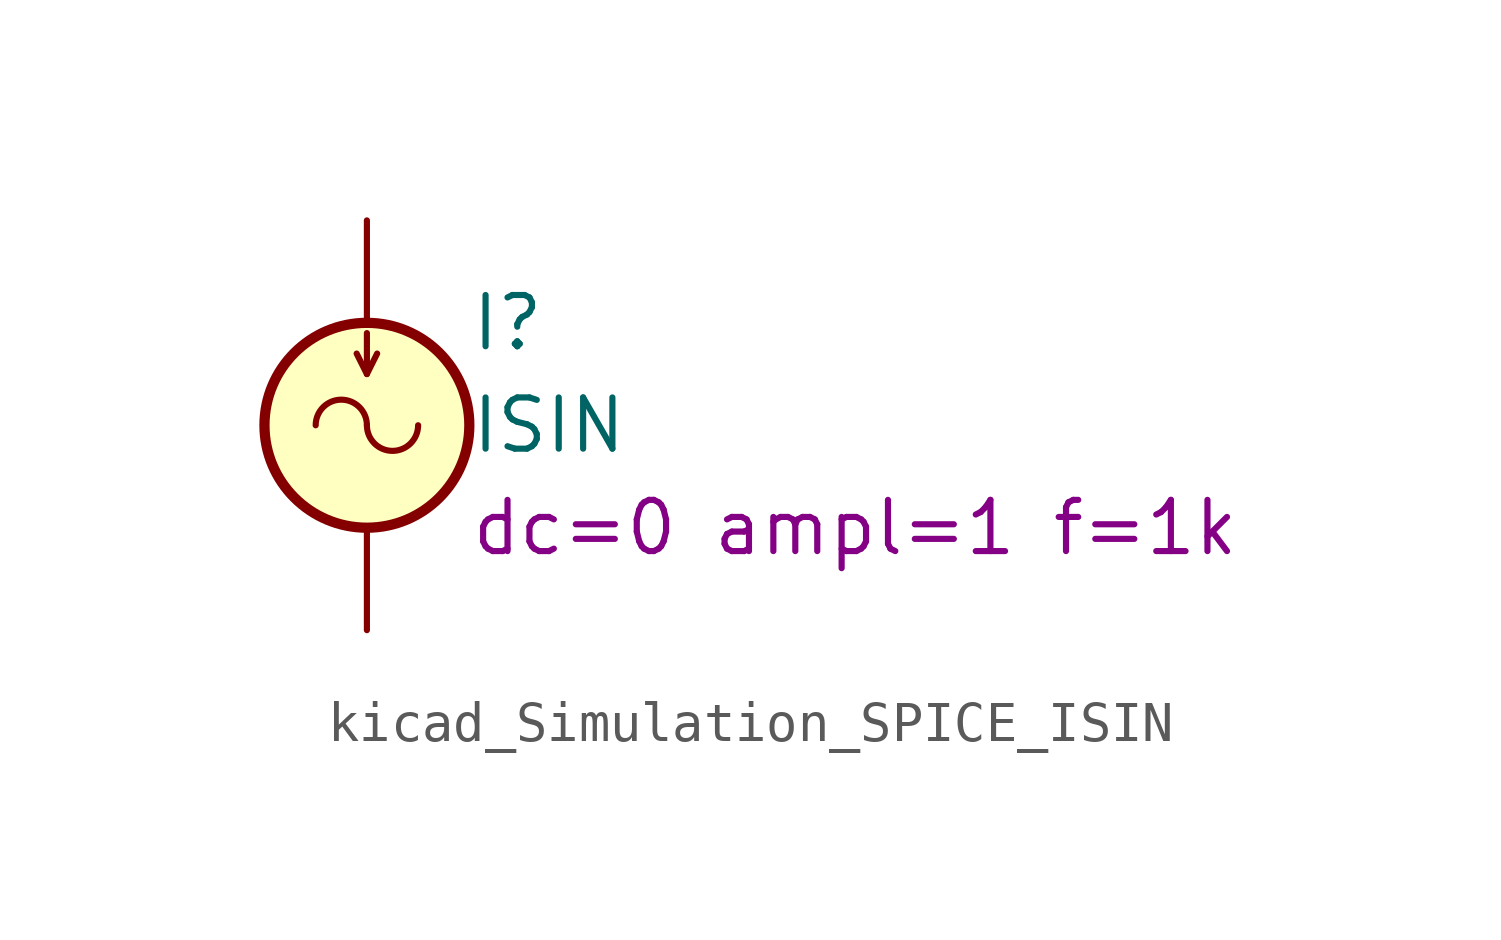
<source format=kicad_sym>
(kicad_symbol_lib
  (version 20220914)
  (generator kicad_symbol_editor)
  (symbol "kicad_Simulation_SPICE_ISIN"
    (pin_numbers hide)
    (pin_names
      (offset 0.025))
    (property "Reference" "I"
      (at 2.54 2.54 0)
      (effects (font (size 1.27 1.27)) (justify left)))
    (property "Value" "ISIN"
      (at 2.54 0 0)
      (effects (font (size 1.27 1.27)) (justify left)))
    (property "Sim.Params" "dc=0 ampl=1 f=1k"
      (at 2.54 -2.54 0)
      (effects (font (size 1.27 1.27)) (justify left)))
    (symbol "kicad_Simulation_SPICE_ISIN_0_0"
      (arc (start 0 0) (mid -0.635 0.6323) (end -1.27 0) (stroke (width 0) (type default)) (fill (type none)))
      (arc (start 0 0) (mid 0.635 -0.6323) (end 1.27 0) (stroke (width 0) (type default)) (fill (type none))))
    (symbol "kicad_Simulation_SPICE_ISIN_0_1"
      (polyline (pts (xy 0 1.27) (xy 0 2.286)) (stroke (width 0) (type default)) (fill (type none)))
      (polyline (pts (xy -0.254 1.778) (xy 0 1.27) (xy 0.254 1.778)) (stroke (width 0) (type default)) (fill (type none)))
      (circle (center 0 0) (radius 2.54) (stroke (width 0.254) (type default)) (fill (type background))))
    (symbol "kicad_Simulation_SPICE_ISIN_1_1"
      (pin passive line (at 0 5.08 270) (length 2.54) (name "~" (effects (font (size 1.27 1.27)))) (number "1" (effects (font (size 1.27 1.27)))))
      (pin passive line (at 0 -5.08 90) (length 2.54) (name "~" (effects (font (size 1.27 1.27)))) (number "2" (effects (font (size 1.27 1.27))))))))
</source>
